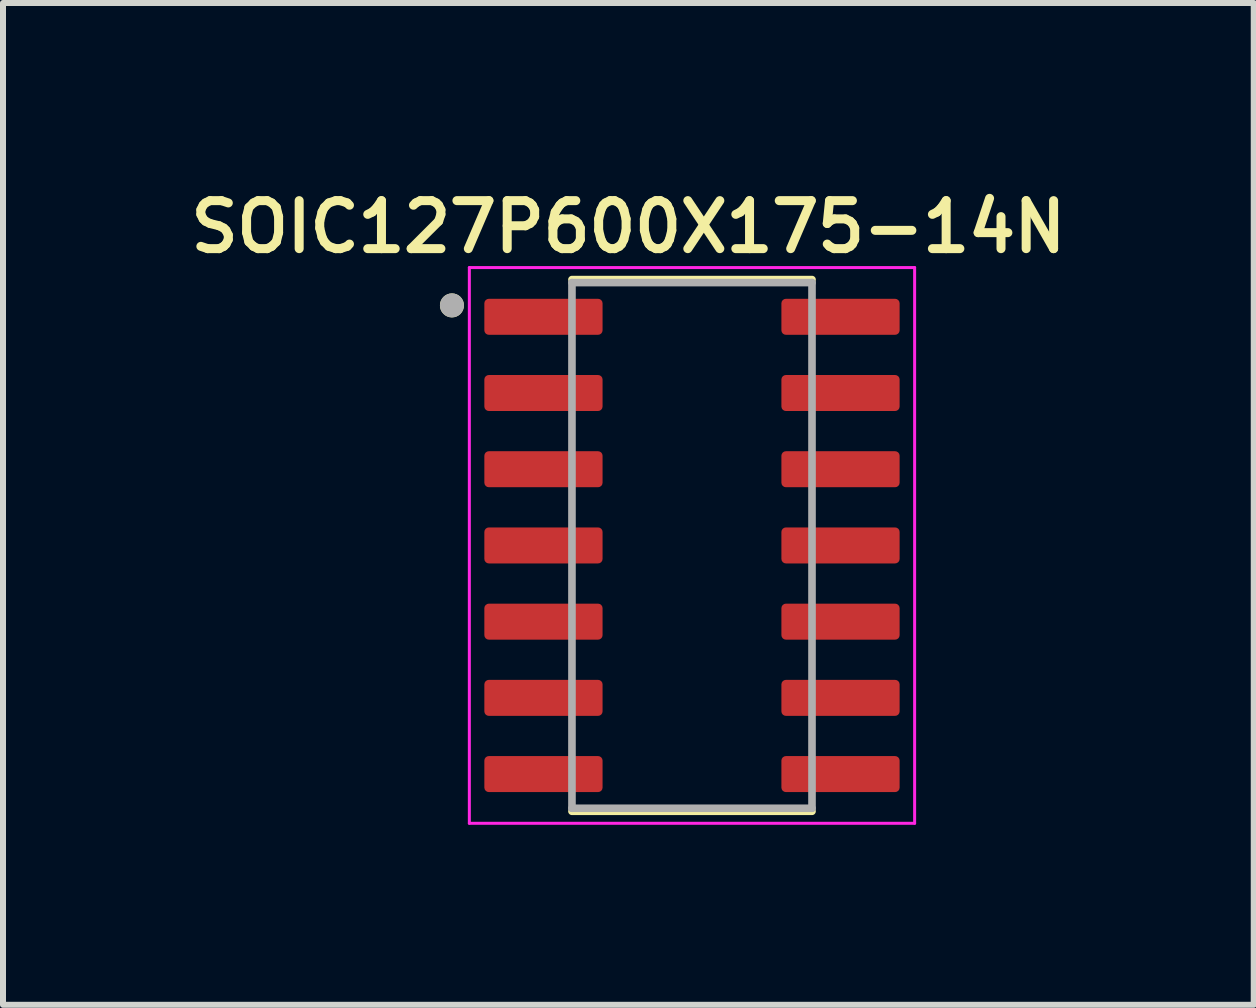
<source format=kicad_pcb>
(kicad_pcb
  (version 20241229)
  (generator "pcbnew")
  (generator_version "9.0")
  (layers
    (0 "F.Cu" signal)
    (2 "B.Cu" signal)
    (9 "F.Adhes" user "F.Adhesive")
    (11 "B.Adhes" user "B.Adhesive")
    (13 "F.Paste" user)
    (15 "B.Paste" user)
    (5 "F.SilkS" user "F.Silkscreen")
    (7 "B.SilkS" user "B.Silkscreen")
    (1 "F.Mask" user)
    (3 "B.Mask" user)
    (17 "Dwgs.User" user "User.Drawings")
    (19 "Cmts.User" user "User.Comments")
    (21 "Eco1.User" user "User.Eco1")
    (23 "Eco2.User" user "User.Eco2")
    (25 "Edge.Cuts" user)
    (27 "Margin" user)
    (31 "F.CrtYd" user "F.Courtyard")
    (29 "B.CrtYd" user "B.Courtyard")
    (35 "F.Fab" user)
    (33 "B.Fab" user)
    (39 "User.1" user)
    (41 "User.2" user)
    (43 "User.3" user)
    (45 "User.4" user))
  (footprint "SOIC127P600X175-14N"
    (layer "F.Cu")
    (at 8.481 6.039)
    (property "Reference" "SOIC127P600X175-14N" (at -1.06 -5.308 0) (layer "F.SilkS") (effects (font (size 0.8 0.8) (thickness 0.15))))
    (attr smd)
    (fp_line (start -2 -4.43) (end 2 -4.43) (stroke (width 0.127) (type solid)) (layer "F.SilkS"))
    (fp_line (start -2 4.43) (end 2 4.43) (stroke (width 0.127) (type solid)) (layer "F.SilkS"))
    (fp_circle (center -4 -4) (end -3.9 -4) (stroke (width 0.2) (type solid)) (fill no) (layer "F.SilkS"))
    (fp_line (start -3.71 -4.63) (end -3.71 4.63) (stroke (width 0.05) (type solid)) (layer "F.CrtYd"))
    (fp_line (start -3.71 -4.63) (end 3.71 -4.63) (stroke (width 0.05) (type solid)) (layer "F.CrtYd"))
    (fp_line (start -3.71 4.63) (end 3.71 4.63) (stroke (width 0.05) (type solid)) (layer "F.CrtYd"))
    (fp_line (start 3.71 -4.63) (end 3.71 4.63) (stroke (width 0.05) (type solid)) (layer "F.CrtYd"))
    (fp_line (start -2 -4.38) (end -2 4.38) (stroke (width 0.127) (type solid)) (layer "F.Fab"))
    (fp_line (start -2 -4.38) (end 2 -4.38) (stroke (width 0.127) (type solid)) (layer "F.Fab"))
    (fp_line (start -2 4.38) (end 2 4.38) (stroke (width 0.127) (type solid)) (layer "F.Fab"))
    (fp_line (start 2 -4.38) (end 2 4.38) (stroke (width 0.127) (type solid)) (layer "F.Fab"))
    (fp_circle (center -4 -4) (end -3.9 -4) (stroke (width 0.2) (type solid)) (fill no) (layer "F.Fab"))
    (pad "1" smd roundrect (at -2.475 -3.81) (size 1.97 0.6) (layers "F.Cu" "F.Mask" "F.Paste") (roundrect_rratio 0.125))
    (pad "2" smd roundrect (at -2.475 -2.54) (size 1.97 0.6) (layers "F.Cu" "F.Mask" "F.Paste") (roundrect_rratio 0.125))
    (pad "3" smd roundrect (at -2.475 -1.27) (size 1.97 0.6) (layers "F.Cu" "F.Mask" "F.Paste") (roundrect_rratio 0.125))
    (pad "4" smd roundrect (at -2.475 0) (size 1.97 0.6) (layers "F.Cu" "F.Mask" "F.Paste") (roundrect_rratio 0.125))
    (pad "5" smd roundrect (at -2.475 1.27) (size 1.97 0.6) (layers "F.Cu" "F.Mask" "F.Paste") (roundrect_rratio 0.125))
    (pad "6" smd roundrect (at -2.475 2.54) (size 1.97 0.6) (layers "F.Cu" "F.Mask" "F.Paste") (roundrect_rratio 0.125))
    (pad "7" smd roundrect (at -2.475 3.81) (size 1.97 0.6) (layers "F.Cu" "F.Mask" "F.Paste") (roundrect_rratio 0.125))
    (pad "8" smd roundrect (at 2.475 3.81) (size 1.97 0.6) (layers "F.Cu" "F.Mask" "F.Paste") (roundrect_rratio 0.125))
    (pad "9" smd roundrect (at 2.475 2.54) (size 1.97 0.6) (layers "F.Cu" "F.Mask" "F.Paste") (roundrect_rratio 0.125))
    (pad "10" smd roundrect (at 2.475 1.27) (size 1.97 0.6) (layers "F.Cu" "F.Mask" "F.Paste") (roundrect_rratio 0.125))
    (pad "11" smd roundrect (at 2.475 0) (size 1.97 0.6) (layers "F.Cu" "F.Mask" "F.Paste") (roundrect_rratio 0.125))
    (pad "12" smd roundrect (at 2.475 -1.27) (size 1.97 0.6) (layers "F.Cu" "F.Mask" "F.Paste") (roundrect_rratio 0.125))
    (pad "13" smd roundrect (at 2.475 -2.54) (size 1.97 0.6) (layers "F.Cu" "F.Mask" "F.Paste") (roundrect_rratio 0.125))
    (pad "14" smd roundrect (at 2.475 -3.81) (size 1.97 0.6) (layers "F.Cu" "F.Mask" "F.Paste") (roundrect_rratio 0.125)))
  (gr_rect
    (start -3 -3)
    (end 17.842 13.694)
    (stroke (width 0.1) (type default))
    (fill no)
    (layer "Edge.Cuts")))
</source>
